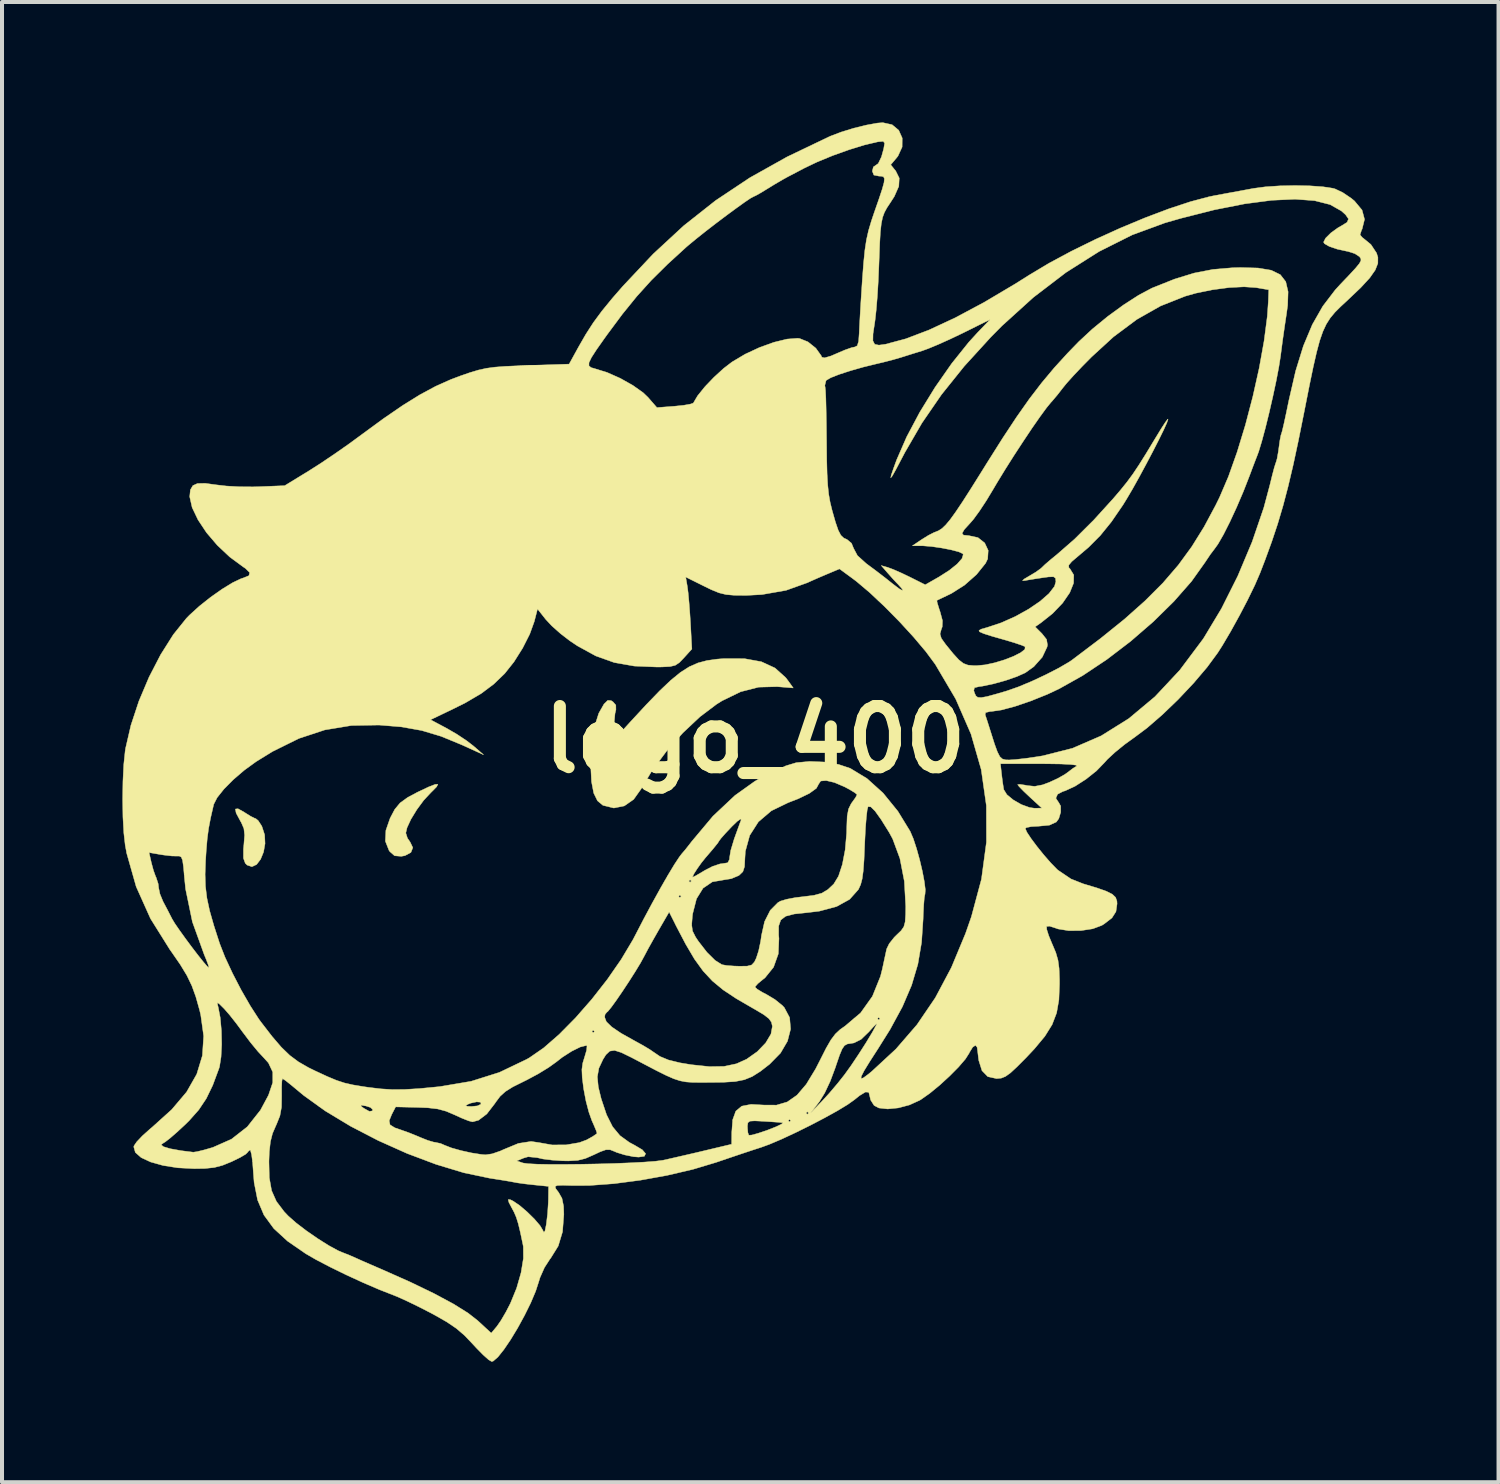
<source format=kicad_pcb>
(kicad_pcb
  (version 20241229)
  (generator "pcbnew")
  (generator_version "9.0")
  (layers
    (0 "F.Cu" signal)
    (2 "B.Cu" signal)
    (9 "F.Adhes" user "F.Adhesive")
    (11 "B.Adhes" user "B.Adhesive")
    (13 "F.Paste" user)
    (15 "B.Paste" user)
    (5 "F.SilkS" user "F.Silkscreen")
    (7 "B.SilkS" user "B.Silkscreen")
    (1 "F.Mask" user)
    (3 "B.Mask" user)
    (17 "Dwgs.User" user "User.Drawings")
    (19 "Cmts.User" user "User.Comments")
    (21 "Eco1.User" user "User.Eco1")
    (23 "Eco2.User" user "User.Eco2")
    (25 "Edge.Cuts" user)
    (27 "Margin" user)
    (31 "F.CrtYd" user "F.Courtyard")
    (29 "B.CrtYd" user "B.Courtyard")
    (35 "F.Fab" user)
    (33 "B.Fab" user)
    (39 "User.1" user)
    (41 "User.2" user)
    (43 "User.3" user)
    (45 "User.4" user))
  (footprint "logo_400"
    (layer "F.Cu")
    (at 15.758 15.371)
    (property "Reference" "logo_400" (at 0 0 0) (layer "F.SilkS") (effects (font (size 1.524 1.524) (thickness 0.3))))
    (attr through_hole)
    (fp_poly (pts (xy -12.726 1.809) (xy -12.723 1.812) (xy -12.57 1.908) (xy -12.461 1.963) (xy -12.439 1.968) (xy -12.377 2.019) (xy -12.295 2.144) (xy -12.282 2.17) (xy -12.216 2.373) (xy -12.206 2.592) (xy -12.243 2.802) (xy -12.317 2.983) (xy -12.416 3.113) (xy -12.532 3.168) (xy -12.653 3.127) (xy -12.699 3.081) (xy -12.744 2.956) (xy -12.744 2.731) (xy -12.733 2.615) (xy -12.715 2.381) (xy -12.733 2.217) (xy -12.796 2.071) (xy -12.822 2.026) (xy -12.926 1.832) (xy -12.945 1.731) (xy -12.879 1.724) (xy -12.726 1.809)) (stroke (width 0.01) (type solid)) (fill yes) (layer "F.SilkS"))
    (fp_poly (pts (xy -7.931 1.176) (xy -8.055 1.302) (xy -8.075 1.321) (xy -8.253 1.512) (xy -8.425 1.745) (xy -8.571 1.984) (xy -8.669 2.195) (xy -8.7 2.328) (xy -8.659 2.456) (xy -8.591 2.555) (xy -8.525 2.693) (xy -8.573 2.813) (xy -8.72 2.892) (xy -8.813 2.909) (xy -8.98 2.895) (xy -9.098 2.791) (xy -9.118 2.763) (xy -9.209 2.532) (xy -9.196 2.262) (xy -9.09 1.957) (xy -8.975 1.739) (xy -8.842 1.579) (xy -8.655 1.443) (xy -8.414 1.314) (xy -8.138 1.183) (xy -7.969 1.117) (xy -7.901 1.114) (xy -7.931 1.176)) (stroke (width 0.01) (type solid)) (fill yes) (layer "F.SilkS"))
    (fp_poly (pts (xy -0.266 -2.015) (xy 0.158 -1.938) (xy 0.498 -1.781) (xy 0.764 -1.541) (xy 0.822 -1.465) (xy 0.951 -1.285) (xy 0.55 -1.317) (xy 0.09 -1.305) (xy -0.36 -1.19) (xy -0.822 -0.965) (xy -0.954 -0.883) (xy -1.373 -0.567) (xy -1.802 -0.163) (xy -2.209 0.295) (xy -2.565 0.772) (xy -2.836 1.227) (xy -3.024 1.491) (xy -3.258 1.654) (xy -3.518 1.706) (xy -3.787 1.64) (xy -3.79 1.639) (xy -3.925 1.527) (xy -4.019 1.335) (xy -4.074 1.05) (xy -4.094 0.658) (xy -4.094 0.572) (xy -4.07 0.102) (xy -4.001 -0.316) (xy -3.893 -0.656) (xy -3.763 -0.884) (xy -3.669 -0.976) (xy -3.586 -0.97) (xy -3.54 -0.94) (xy -3.468 -0.858) (xy -3.466 -0.74) (xy -3.489 -0.647) (xy -3.513 -0.379) (xy -3.485 -0.266) (xy -3.42 -0.096) (xy -3.102 -0.445) (xy -2.707 -0.872) (xy -2.378 -1.212) (xy -2.101 -1.475) (xy -1.86 -1.672) (xy -1.639 -1.813) (xy -1.423 -1.908) (xy -1.197 -1.968) (xy -0.947 -2.003) (xy -0.782 -2.016) (xy -0.266 -2.015)) (stroke (width 0.01) (type solid)) (fill yes) (layer "F.SilkS"))
    (fp_poly (pts (xy 3.413 -15.315) (xy 3.578 -15.178) (xy 3.665 -14.983) (xy 3.663 -14.759) (xy 3.56 -14.535) (xy 3.531 -14.497) (xy 3.379 -14.317) (xy 3.504 -14.162) (xy 3.591 -13.986) (xy 3.58 -13.78) (xy 3.469 -13.528) (xy 3.37 -13.374) (xy 3.285 -13.246) (xy 3.222 -13.13) (xy 3.176 -13.006) (xy 3.144 -12.85) (xy 3.121 -12.641) (xy 3.105 -12.358) (xy 3.091 -11.978) (xy 3.084 -11.794) (xy 3.068 -11.411) (xy 3.045 -11.036) (xy 3.018 -10.705) (xy 2.99 -10.452) (xy 2.98 -10.381) (xy 2.938 -10.104) (xy 2.935 -9.932) (xy 2.981 -9.845) (xy 3.085 -9.824) (xy 3.25 -9.847) (xy 3.751 -9.981) (xy 4.333 -10.202) (xy 4.988 -10.507) (xy 5.708 -10.892) (xy 6.485 -11.353) (xy 6.826 -11.568) (xy 7.315 -11.861) (xy 7.873 -12.161) (xy 8.475 -12.457) (xy 9.097 -12.739) (xy 9.716 -12.997) (xy 10.307 -13.22) (xy 10.846 -13.398) (xy 11.31 -13.521) (xy 11.431 -13.546) (xy 11.753 -13.606) (xy 12.098 -13.669) (xy 12.393 -13.724) (xy 12.414 -13.728) (xy 12.714 -13.768) (xy 13.071 -13.792) (xy 13.452 -13.8) (xy 13.822 -13.792) (xy 14.146 -13.769) (xy 14.39 -13.732) (xy 14.447 -13.716) (xy 14.64 -13.624) (xy 14.85 -13.482) (xy 14.931 -13.415) (xy 15.119 -13.189) (xy 15.181 -12.958) (xy 15.121 -12.716) (xy 15.106 -12.687) (xy 15.069 -12.573) (xy 15.127 -12.503) (xy 15.139 -12.496) (xy 15.339 -12.332) (xy 15.48 -12.119) (xy 15.514 -12.012) (xy 15.513 -11.862) (xy 15.448 -11.695) (xy 15.309 -11.497) (xy 15.085 -11.254) (xy 14.767 -10.952) (xy 14.758 -10.943) (xy 14.585 -10.783) (xy 14.443 -10.641) (xy 14.326 -10.5) (xy 14.228 -10.346) (xy 14.143 -10.163) (xy 14.064 -9.936) (xy 13.987 -9.648) (xy 13.904 -9.285) (xy 13.81 -8.832) (xy 13.699 -8.271) (xy 13.677 -8.16) (xy 13.534 -7.447) (xy 13.403 -6.835) (xy 13.277 -6.302) (xy 13.151 -5.822) (xy 13.018 -5.373) (xy 12.87 -4.929) (xy 12.702 -4.468) (xy 12.576 -4.142) (xy 12.449 -3.848) (xy 12.272 -3.484) (xy 12.065 -3.088) (xy 11.848 -2.695) (xy 11.64 -2.342) (xy 11.523 -2.159) (xy 11.258 -1.799) (xy 10.921 -1.403) (xy 10.54 -0.999) (xy 10.144 -0.618) (xy 9.763 -0.288) (xy 9.466 -0.066) (xy 9.207 0.121) (xy 8.965 0.318) (xy 8.774 0.495) (xy 8.708 0.569) (xy 8.504 0.78) (xy 8.244 0.987) (xy 7.97 1.163) (xy 7.723 1.277) (xy 7.668 1.293) (xy 7.536 1.362) (xy 7.492 1.46) (xy 7.551 1.552) (xy 7.556 1.556) (xy 7.612 1.655) (xy 7.613 1.811) (xy 7.565 1.97) (xy 7.504 2.054) (xy 7.331 2.133) (xy 7.059 2.159) (xy 6.875 2.169) (xy 6.756 2.194) (xy 6.731 2.216) (xy 6.77 2.307) (xy 6.875 2.466) (xy 7.023 2.664) (xy 7.194 2.876) (xy 7.367 3.074) (xy 7.521 3.232) (xy 7.543 3.252) (xy 7.87 3.473) (xy 8.173 3.593) (xy 8.513 3.695) (xy 8.749 3.778) (xy 8.898 3.853) (xy 8.98 3.931) (xy 9.013 4.023) (xy 9.017 4.091) (xy 8.989 4.287) (xy 8.889 4.444) (xy 8.694 4.594) (xy 8.636 4.63) (xy 8.411 4.714) (xy 8.118 4.759) (xy 7.812 4.761) (xy 7.546 4.718) (xy 7.464 4.689) (xy 7.333 4.648) (xy 7.261 4.656) (xy 7.265 4.729) (xy 7.314 4.884) (xy 7.398 5.087) (xy 7.402 5.095) (xy 7.491 5.307) (xy 7.545 5.494) (xy 7.573 5.701) (xy 7.583 5.974) (xy 7.583 6.096) (xy 7.568 6.484) (xy 7.511 6.81) (xy 7.399 7.102) (xy 7.219 7.391) (xy 6.957 7.706) (xy 6.751 7.925) (xy 6.524 8.153) (xy 6.361 8.304) (xy 6.238 8.392) (xy 6.134 8.434) (xy 6.025 8.445) (xy 6.013 8.445) (xy 5.797 8.397) (xy 5.652 8.248) (xy 5.572 7.993) (xy 5.564 7.933) (xy 5.545 7.773) (xy 5.532 7.672) (xy 5.532 7.668) (xy 5.492 7.616) (xy 5.422 7.661) (xy 5.345 7.785) (xy 5.334 7.81) (xy 5.24 7.958) (xy 5.069 8.157) (xy 4.847 8.381) (xy 4.6 8.608) (xy 4.353 8.811) (xy 4.133 8.966) (xy 4.1 8.986) (xy 3.845 9.102) (xy 3.567 9.176) (xy 3.302 9.202) (xy 3.085 9.178) (xy 2.965 9.115) (xy 2.879 8.98) (xy 2.857 8.885) (xy 2.832 8.786) (xy 2.75 8.78) (xy 2.603 8.869) (xy 2.475 8.972) (xy 2.308 9.091) (xy 2.051 9.247) (xy 1.731 9.424) (xy 1.375 9.61) (xy 1.009 9.791) (xy 0.662 9.953) (xy 0.359 10.082) (xy 0.159 10.155) (xy -0.057 10.225) (xy -0.352 10.323) (xy -0.684 10.435) (xy -0.972 10.533) (xy -1.548 10.706) (xy -2.19 10.856) (xy -2.859 10.977) (xy -3.517 11.063) (xy -4.127 11.108) (xy -4.537 11.11) (xy -4.788 11.103) (xy -4.929 11.108) (xy -4.982 11.134) (xy -4.963 11.189) (xy -4.894 11.28) (xy -4.81 11.428) (xy -4.77 11.623) (xy -4.763 11.828) (xy -4.796 12.262) (xy -4.903 12.616) (xy -5.092 12.92) (xy -5.108 12.939) (xy -5.246 13.152) (xy -5.358 13.405) (xy -5.385 13.494) (xy -5.465 13.741) (xy -5.588 14.032) (xy -5.742 14.344) (xy -5.913 14.657) (xy -6.089 14.948) (xy -6.258 15.197) (xy -6.407 15.383) (xy -6.523 15.483) (xy -6.561 15.494) (xy -6.637 15.449) (xy -6.771 15.33) (xy -6.941 15.157) (xy -7.026 15.065) (xy -7.234 14.846) (xy -7.44 14.669) (xy -7.679 14.507) (xy -7.99 14.33) (xy -8.07 14.287) (xy -8.364 14.136) (xy -8.647 13.998) (xy -8.884 13.89) (xy -9.017 13.836) (xy -9.357 13.703) (xy -9.757 13.531) (xy -10.179 13.337) (xy -10.586 13.138) (xy -10.944 12.951) (xy -11.191 12.808) (xy -11.646 12.494) (xy -11.989 12.179) (xy -12.233 11.845) (xy -12.392 11.47) (xy -12.478 11.034) (xy -12.498 10.779) (xy -12.516 10.531) (xy -12.519 10.509) (xy -12.109 10.509) (xy -12.1 10.915) (xy -12.043 11.235) (xy -11.923 11.505) (xy -11.729 11.761) (xy -11.625 11.87) (xy -11.432 12.04) (xy -11.177 12.235) (xy -10.894 12.431) (xy -10.619 12.604) (xy -10.386 12.731) (xy -10.295 12.77) (xy -10.111 12.842) (xy -9.938 12.918) (xy -9.787 12.986) (xy -9.564 13.083) (xy -9.313 13.192) (xy -9.271 13.21) (xy -8.585 13.515) (xy -7.999 13.798) (xy -7.518 14.056) (xy -7.149 14.286) (xy -6.91 14.473) (xy -6.572 14.785) (xy -6.43 14.616) (xy -6.329 14.47) (xy -6.204 14.256) (xy -6.095 14.045) (xy -5.94 13.666) (xy -5.829 13.28) (xy -5.771 12.924) (xy -5.773 12.632) (xy -5.78 12.591) (xy -5.846 12.278) (xy -5.899 12.058) (xy -5.948 11.901) (xy -6.002 11.775) (xy -6.043 11.698) (xy -6.131 11.532) (xy -6.15 11.459) (xy -6.098 11.461) (xy -6.023 11.498) (xy -5.863 11.607) (xy -5.677 11.766) (xy -5.497 11.943) (xy -5.357 12.106) (xy -5.292 12.214) (xy -5.26 12.276) (xy -5.233 12.239) (xy -5.203 12.091) (xy -5.199 12.065) (xy -5.169 11.818) (xy -5.151 11.541) (xy -5.148 11.455) (xy -5.144 11.13) (xy -5.509 11.093) (xy -5.733 11.068) (xy -5.921 11.042) (xy -6.001 11.027) (xy -6.123 11.004) (xy -6.33 10.97) (xy -6.58 10.931) (xy -6.622 10.924) (xy -7.255 10.791) (xy -7.946 10.582) (xy -8.177 10.495) (xy -5.937 10.495) (xy -5.779 10.548) (xy -5.657 10.565) (xy -5.43 10.577) (xy -5.121 10.583) (xy -4.751 10.583) (xy -4.342 10.579) (xy -3.916 10.571) (xy -3.495 10.559) (xy -3.101 10.543) (xy -2.756 10.525) (xy -2.482 10.504) (xy -2.302 10.481) (xy -2.286 10.478) (xy -2.073 10.43) (xy -1.781 10.363) (xy -1.457 10.288) (xy -1.26 10.241) (xy -0.584 10.08) (xy -0.581 9.785) (xy -0.571 9.653) (xy -0.191 9.653) (xy -0.179 9.791) (xy -0.156 9.856) (xy -0.085 9.852) (xy 0.073 9.809) (xy 0.286 9.738) (xy 0.325 9.723) (xy 0.525 9.644) (xy 0.656 9.581) (xy 0.694 9.547) (xy 0.687 9.545) (xy 0.582 9.534) (xy 0.395 9.521) (xy 0.206 9.509) (xy -0.01 9.498) (xy -0.129 9.506) (xy -0.179 9.544) (xy -0.19 9.622) (xy -0.191 9.653) (xy -0.571 9.653) (xy -0.559 9.493) (xy 0.826 9.493) (xy 0.857 9.525) (xy 0.889 9.493) (xy 0.857 9.461) (xy 0.826 9.493) (xy -0.559 9.493) (xy -0.557 9.468) (xy -0.497 9.303) (xy 1.27 9.303) (xy 1.302 9.335) (xy 1.333 9.303) (xy 1.382 9.303) (xy 1.659 9.017) (xy 1.847 8.812) (xy 2.059 8.562) (xy 2.227 8.35) (xy 2.389 8.125) (xy 2.575 7.847) (xy 2.761 7.557) (xy 2.921 7.291) (xy 3.032 7.088) (xy 3.036 7.08) (xy 3.016 7.088) (xy 2.933 7.172) (xy 2.833 7.283) (xy 2.64 7.469) (xy 2.464 7.557) (xy 2.396 7.568) (xy 2.299 7.583) (xy 2.228 7.622) (xy 2.169 7.707) (xy 2.104 7.862) (xy 2.019 8.111) (xy 2 8.17) (xy 1.875 8.504) (xy 1.735 8.803) (xy 1.6 9.022) (xy 1.596 9.027) (xy 1.382 9.303) (xy 1.333 9.303) (xy 1.302 9.271) (xy 1.27 9.303) (xy -0.497 9.303) (xy -0.479 9.255) (xy -0.332 9.132) (xy -0.1 9.087) (xy 0.23 9.105) (xy 0.534 9.106) (xy 0.802 9.027) (xy 1.045 8.857) (xy 1.276 8.586) (xy 1.508 8.204) (xy 1.62 7.985) (xy 1.77 7.688) (xy 1.89 7.48) (xy 2 7.334) (xy 2.12 7.222) (xy 2.243 7.136) (xy 2.458 6.953) (xy 3.048 6.953) (xy 3.08 6.985) (xy 3.111 6.953) (xy 3.08 6.921) (xy 3.048 6.953) (xy 2.458 6.953) (xy 2.628 6.81) (xy 2.923 6.396) (xy 3.124 5.898) (xy 3.17 5.715) (xy 3.218 5.491) (xy 3.26 5.297) (xy 3.277 5.217) (xy 3.341 5.085) (xy 3.467 4.926) (xy 3.528 4.866) (xy 3.639 4.759) (xy 3.705 4.664) (xy 3.738 4.543) (xy 3.75 4.36) (xy 3.753 4.157) (xy 3.718 3.531) (xy 3.608 2.963) (xy 3.428 2.476) (xy 3.341 2.315) (xy 3.141 1.994) (xy 2.99 1.783) (xy 2.883 1.677) (xy 2.816 1.671) (xy 2.814 1.673) (xy 2.793 1.752) (xy 2.772 1.934) (xy 2.751 2.194) (xy 2.735 2.508) (xy 2.73 2.624) (xy 2.714 3.002) (xy 2.694 3.276) (xy 2.667 3.472) (xy 2.63 3.613) (xy 2.579 3.725) (xy 2.571 3.739) (xy 2.355 3.981) (xy 2.03 4.16) (xy 1.6 4.275) (xy 1.294 4.312) (xy 0.974 4.346) (xy 0.763 4.401) (xy 0.64 4.495) (xy 0.588 4.645) (xy 0.587 4.868) (xy 0.595 4.955) (xy 0.579 5.338) (xy 0.461 5.67) (xy 0.249 5.933) (xy 0.196 5.975) (xy 0.07 6.079) (xy 0.003 6.155) (xy 0 6.166) (xy 0.052 6.217) (xy 0.185 6.298) (xy 0.284 6.349) (xy 0.493 6.474) (xy 0.679 6.624) (xy 0.729 6.677) (xy 0.861 6.926) (xy 0.885 7.212) (xy 0.808 7.513) (xy 0.634 7.81) (xy 0.368 8.081) (xy 0.367 8.083) (xy 0.13 8.267) (xy -0.071 8.394) (xy -0.268 8.474) (xy -0.496 8.519) (xy -0.789 8.537) (xy -1.115 8.541) (xy -1.367 8.542) (xy -1.562 8.54) (xy -1.723 8.528) (xy -1.87 8.5) (xy -2.026 8.449) (xy -2.213 8.367) (xy -2.452 8.248) (xy -2.766 8.084) (xy -3.08 7.919) (xy -3.33 7.797) (xy -3.5 7.743) (xy -3.619 7.761) (xy -3.715 7.851) (xy -3.789 7.969) (xy -3.891 8.187) (xy -3.929 8.402) (xy -3.905 8.653) (xy -3.834 8.944) (xy -3.7 9.344) (xy -3.55 9.643) (xy -3.366 9.865) (xy -3.13 10.036) (xy -3.006 10.102) (xy -2.809 10.218) (xy -2.726 10.315) (xy -2.757 10.38) (xy -2.9 10.401) (xy -3.026 10.391) (xy -3.249 10.346) (xy -3.449 10.284) (xy -3.497 10.262) (xy -3.609 10.218) (xy -3.714 10.217) (xy -3.855 10.267) (xy -4.012 10.341) (xy -4.226 10.435) (xy -4.42 10.483) (xy -4.652 10.496) (xy -4.806 10.493) (xy -5.059 10.476) (xy -5.282 10.448) (xy -5.426 10.415) (xy -5.652 10.392) (xy -5.763 10.424) (xy -5.937 10.495) (xy -8.177 10.495) (xy -8.667 10.311) (xy -9.386 9.989) (xy -10.075 9.632) (xy -10.302 9.495) (xy -9.114 9.495) (xy -9.093 9.596) (xy -8.973 9.671) (xy -8.841 9.716) (xy -8.627 9.792) (xy -8.389 9.888) (xy -8.335 9.912) (xy -8.151 9.985) (xy -8.004 10.028) (xy -7.966 10.033) (xy -7.833 10.062) (xy -7.727 10.108) (xy -7.565 10.171) (xy -7.327 10.238) (xy -7.061 10.297) (xy -6.818 10.335) (xy -6.713 10.344) (xy -6.547 10.319) (xy -6.342 10.248) (xy -6.268 10.214) (xy -5.896 10.06) (xy -5.58 10.011) (xy -5.377 10.041) (xy -5.056 10.098) (xy -4.705 10.096) (xy -4.378 10.04) (xy -4.195 9.972) (xy -4.041 9.886) (xy -3.949 9.822) (xy -3.937 9.806) (xy -3.961 9.733) (xy -4.023 9.586) (xy -4.067 9.487) (xy -4.14 9.281) (xy -4.212 9.006) (xy -4.267 8.717) (xy -4.271 8.692) (xy -4.306 8.415) (xy -4.314 8.218) (xy -4.292 8.058) (xy -4.244 7.901) (xy -4.196 7.737) (xy -4.187 7.636) (xy -4.201 7.62) (xy -4.356 7.659) (xy -4.568 7.764) (xy -4.802 7.914) (xy -4.949 8.029) (xy -5.141 8.167) (xy -5.402 8.327) (xy -5.684 8.478) (xy -5.761 8.516) (xy -6.033 8.651) (xy -6.218 8.767) (xy -6.351 8.887) (xy -6.464 9.038) (xy -6.481 9.065) (xy -6.683 9.327) (xy -6.887 9.482) (xy -7.037 9.523) (xy -7.135 9.498) (xy -7.306 9.43) (xy -7.481 9.35) (xy -7.697 9.258) (xy -7.903 9.202) (xy -8.148 9.173) (xy -8.398 9.163) (xy -8.953 9.15) (xy -9.051 9.339) (xy -9.114 9.495) (xy -10.302 9.495) (xy -10.705 9.252) (xy -10.875 9.13) (xy -9.817 9.13) (xy -9.75 9.182) (xy -9.608 9.262) (xy -9.533 9.25) (xy -9.525 9.215) (xy -9.58 9.164) (xy -9.698 9.126) (xy -9.75 9.118) (xy -7.211 9.118) (xy -7.173 9.135) (xy -7.068 9.14) (xy -6.916 9.125) (xy -6.827 9.082) (xy -6.826 9.081) (xy -6.839 9.033) (xy -6.936 9.025) (xy -7.079 9.056) (xy -7.144 9.081) (xy -7.211 9.118) (xy -9.75 9.118) (xy -9.814 9.108) (xy -9.817 9.13) (xy -10.875 9.13) (xy -11.246 8.863) (xy -11.377 8.754) (xy -11.555 8.606) (xy -11.693 8.496) (xy -11.767 8.447) (xy -11.771 8.445) (xy -11.786 8.503) (xy -11.793 8.656) (xy -11.792 8.869) (xy -11.792 8.874) (xy -11.796 9.155) (xy -11.836 9.374) (xy -11.924 9.593) (xy -11.937 9.62) (xy -12.021 9.815) (xy -12.072 10.016) (xy -12.1 10.266) (xy -12.109 10.509) (xy -12.519 10.509) (xy -12.541 10.34) (xy -12.569 10.235) (xy -12.581 10.223) (xy -12.636 10.27) (xy -12.636 10.278) (xy -12.69 10.33) (xy -12.831 10.413) (xy -13.028 10.509) (xy -13.033 10.512) (xy -13.264 10.606) (xy -13.47 10.66) (xy -13.704 10.685) (xy -13.97 10.689) (xy -14.378 10.668) (xy -14.746 10.61) (xy -15.056 10.523) (xy -15.292 10.413) (xy -15.437 10.285) (xy -15.476 10.147) (xy -15.469 10.119) (xy -15.451 10.092) (xy -14.795 10.092) (xy -14.738 10.141) (xy -14.569 10.192) (xy -14.296 10.241) (xy -13.993 10.279) (xy -13.898 10.265) (xy -13.722 10.222) (xy -13.505 10.159) (xy -13.042 9.954) (xy -12.648 9.646) (xy -12.32 9.231) (xy -12.12 8.858) (xy -12.014 8.544) (xy -12.014 8.283) (xy -12.122 8.054) (xy -12.23 7.934) (xy -12.382 7.771) (xy -12.566 7.548) (xy -12.743 7.313) (xy -12.751 7.303) (xy -12.919 7.075) (xy -13.087 6.862) (xy -13.221 6.708) (xy -13.23 6.699) (xy -13.346 6.584) (xy -13.392 6.555) (xy -13.388 6.609) (xy -13.372 6.668) (xy -13.322 6.93) (xy -13.293 7.253) (xy -13.286 7.593) (xy -13.302 7.906) (xy -13.34 8.149) (xy -13.353 8.192) (xy -13.509 8.612) (xy -13.67 8.944) (xy -13.858 9.225) (xy -14.096 9.493) (xy -14.199 9.594) (xy -14.4 9.78) (xy -14.574 9.931) (xy -14.697 10.026) (xy -14.732 10.046) (xy -14.795 10.092) (xy -15.451 10.092) (xy -15.402 10.02) (xy -15.262 9.872) (xy -15.074 9.703) (xy -15.023 9.661) (xy -14.531 9.217) (xy -14.16 8.779) (xy -13.907 8.334) (xy -13.767 7.873) (xy -13.735 7.385) (xy -13.808 6.859) (xy -13.837 6.738) (xy -13.93 6.407) (xy -14.029 6.134) (xy -14.151 5.88) (xy -14.315 5.609) (xy -14.54 5.283) (xy -14.578 5.23) (xy -15.059 4.461) (xy -15.416 3.665) (xy -15.65 2.841) (xy -15.655 2.815) (xy -15.095 2.815) (xy -15.038 3.067) (xy -14.986 3.259) (xy -14.931 3.412) (xy -14.92 3.433) (xy -14.868 3.592) (xy -14.856 3.695) (xy -14.824 3.847) (xy -14.748 4.032) (xy -14.731 4.064) (xy -14.626 4.263) (xy -14.53 4.451) (xy -14.522 4.467) (xy -14.456 4.577) (xy -14.34 4.746) (xy -14.193 4.951) (xy -14.032 5.168) (xy -13.875 5.373) (xy -13.739 5.543) (xy -13.642 5.655) (xy -13.603 5.686) (xy -13.617 5.624) (xy -13.67 5.482) (xy -13.721 5.359) (xy -14.016 4.541) (xy -14.185 3.725) (xy -14.215 3.429) (xy -14.221 3.357) (xy -13.699 3.357) (xy -13.69 3.657) (xy -13.654 3.95) (xy -13.586 4.266) (xy -13.48 4.637) (xy -13.337 5.08) (xy -13.204 5.42) (xy -13.017 5.821) (xy -12.8 6.24) (xy -12.572 6.636) (xy -12.358 6.968) (xy -12.304 7.041) (xy -12.031 7.395) (xy -11.8 7.664) (xy -11.589 7.868) (xy -11.371 8.03) (xy -11.124 8.172) (xy -10.954 8.255) (xy -10.654 8.394) (xy -10.426 8.489) (xy -10.228 8.554) (xy -10.018 8.602) (xy -9.753 8.646) (xy -9.62 8.665) (xy -9.319 8.701) (xy -9.032 8.719) (xy -8.724 8.716) (xy -8.363 8.694) (xy -7.916 8.651) (xy -7.842 8.643) (xy -7.073 8.513) (xy -6.367 8.29) (xy -5.688 7.965) (xy -5.62 7.926) (xy -5.266 7.681) (xy -4.877 7.342) (xy -4.807 7.271) (xy -4.064 7.271) (xy -4.032 7.303) (xy -4 7.271) (xy -4.032 7.239) (xy -4.064 7.271) (xy -4.807 7.271) (xy -4.471 6.931) (xy -4.459 6.917) (xy -3.747 6.917) (xy -3.704 7.028) (xy -3.571 7.158) (xy -3.338 7.316) (xy -2.998 7.506) (xy -2.793 7.619) (xy -2.624 7.72) (xy -2.54 7.778) (xy -2.369 7.894) (xy -2.157 7.982) (xy -1.873 8.052) (xy -1.59 8.099) (xy -1.135 8.147) (xy -0.769 8.141) (xy -0.464 8.076) (xy -0.211 7.962) (xy 0.055 7.774) (xy 0.264 7.557) (xy 0.396 7.335) (xy 0.431 7.144) (xy 0.408 7.041) (xy 0.345 6.952) (xy 0.219 6.854) (xy 0.008 6.728) (xy -0.064 6.687) (xy -0.469 6.452) (xy -0.796 6.235) (xy -1.064 6.013) (xy -1.295 5.765) (xy -1.509 5.469) (xy -1.726 5.101) (xy -1.967 4.641) (xy -1.979 4.616) (xy -1.579 4.616) (xy -1.558 4.769) (xy -1.482 4.92) (xy -1.412 5.025) (xy -1.199 5.299) (xy -0.995 5.501) (xy -0.826 5.607) (xy -0.71 5.628) (xy -0.52 5.642) (xy -0.396 5.646) (xy -0.198 5.644) (xy -0.086 5.616) (xy -0.017 5.542) (xy 0.03 5.445) (xy 0.089 5.262) (xy 0.14 5.02) (xy 0.16 4.877) (xy 0.237 4.534) (xy 0.379 4.253) (xy 0.571 4.06) (xy 0.637 4.023) (xy 0.785 3.979) (xy 1.004 3.937) (xy 1.19 3.915) (xy 1.469 3.88) (xy 1.662 3.827) (xy 1.813 3.737) (xy 1.96 3.598) (xy 2.078 3.404) (xy 2.174 3.112) (xy 2.244 2.748) (xy 2.28 2.34) (xy 2.284 2.183) (xy 2.294 1.912) (xy 2.328 1.73) (xy 2.393 1.598) (xy 2.413 1.57) (xy 2.501 1.448) (xy 2.54 1.374) (xy 2.54 1.372) (xy 2.488 1.326) (xy 2.355 1.245) (xy 2.225 1.176) (xy 1.976 1.07) (xy 1.773 1.022) (xy 1.636 1.033) (xy 1.587 1.104) (xy 1.527 1.215) (xy 1.351 1.342) (xy 1.071 1.477) (xy 0.827 1.571) (xy 0.406 1.775) (xy 0.083 2.05) (xy -0.134 2.389) (xy -0.242 2.783) (xy -0.253 2.961) (xy -0.263 3.168) (xy -0.304 3.292) (xy -0.392 3.377) (xy -0.411 3.39) (xy -0.593 3.466) (xy -0.763 3.493) (xy -1.064 3.545) (xy -1.296 3.703) (xy -1.459 3.967) (xy -1.554 4.338) (xy -1.562 4.401) (xy -1.579 4.616) (xy -1.979 4.616) (xy -1.999 4.576) (xy -2.14 4.295) (xy -2.395 4.735) (xy -2.534 4.979) (xy -2.663 5.21) (xy -2.755 5.384) (xy -2.762 5.397) (xy -2.853 5.564) (xy -2.984 5.78) (xy -3.138 6.022) (xy -3.299 6.266) (xy -3.451 6.488) (xy -3.579 6.665) (xy -3.667 6.773) (xy -3.695 6.795) (xy -3.737 6.848) (xy -3.747 6.917) (xy -4.459 6.917) (xy -4.067 6.469) (xy -3.681 5.976) (xy -3.334 5.476) (xy -3.043 4.988) (xy -2.975 4.858) (xy -2.773 4.468) (xy -2.564 4.078) (xy -2.468 3.905) (xy -1.905 3.905) (xy -1.873 3.937) (xy -1.841 3.905) (xy -1.873 3.873) (xy -1.905 3.905) (xy -2.468 3.905) (xy -2.36 3.709) (xy -2.254 3.524) (xy -1.651 3.524) (xy -1.619 3.556) (xy -1.587 3.524) (xy -1.619 3.493) (xy -1.651 3.524) (xy -2.254 3.524) (xy -2.194 3.421) (xy -1.559 3.421) (xy -1.556 3.429) (xy -1.487 3.398) (xy -1.349 3.318) (xy -1.253 3.26) (xy -1.058 3.159) (xy -0.874 3.098) (xy -0.81 3.09) (xy -0.68 3.069) (xy -0.637 2.983) (xy -0.635 2.941) (xy -0.606 2.762) (xy -0.519 2.472) (xy -0.374 2.073) (xy -0.346 2) (xy -0.36 1.978) (xy -0.443 2.036) (xy -0.576 2.164) (xy -0.593 2.182) (xy -0.742 2.34) (xy -0.848 2.46) (xy -0.889 2.514) (xy -0.889 2.514) (xy -0.932 2.582) (xy -1.056 2.735) (xy -1.238 2.947) (xy -1.339 3.073) (xy -1.442 3.218) (xy -1.523 3.345) (xy -1.559 3.421) (xy -2.194 3.421) (xy -2.171 3.38) (xy -2.009 3.111) (xy -1.884 2.922) (xy -1.825 2.845) (xy -1.738 2.744) (xy -1.618 2.591) (xy -1.579 2.54) (xy -1.048 1.907) (xy -0.501 1.393) (xy -0.014 1.045) (xy 0.202 0.916) (xy 0.378 0.818) (xy 0.484 0.766) (xy 0.5 0.762) (xy 0.586 0.736) (xy 0.733 0.671) (xy 0.768 0.654) (xy 1.026 0.576) (xy 1.359 0.545) (xy 1.725 0.56) (xy 2.08 0.62) (xy 2.37 0.717) (xy 2.787 0.97) (xy 3.188 1.332) (xy 3.557 1.786) (xy 3.863 2.286) (xy 3.941 2.468) (xy 4.022 2.715) (xy 4.1 2.996) (xy 4.167 3.281) (xy 4.216 3.539) (xy 4.241 3.741) (xy 4.233 3.856) (xy 4.23 3.861) (xy 4.215 3.944) (xy 4.201 4.121) (xy 4.189 4.36) (xy 4.186 4.471) (xy 4.147 5.055) (xy 4.055 5.597) (xy 3.899 6.121) (xy 3.671 6.654) (xy 3.362 7.223) (xy 3.068 7.693) (xy 2.857 8.02) (xy 2.716 8.25) (xy 2.645 8.39) (xy 2.64 8.446) (xy 2.7 8.426) (xy 2.823 8.335) (xy 2.906 8.267) (xy 3.509 7.709) (xy 4.033 7.103) (xy 4.489 6.433) (xy 4.889 5.68) (xy 5.243 4.829) (xy 5.388 4.413) (xy 5.639 3.478) (xy 5.763 2.556) (xy 5.761 1.646) (xy 5.633 0.748) (xy 5.591 0.603) (xy 6.112 0.603) (xy 6.14 0.857) (xy 6.165 1.058) (xy 6.191 1.226) (xy 6.195 1.247) (xy 6.272 1.372) (xy 6.432 1.504) (xy 6.635 1.62) (xy 6.84 1.694) (xy 6.953 1.71) (xy 7.144 1.709) (xy 6.842 1.432) (xy 6.687 1.285) (xy 6.578 1.173) (xy 6.54 1.123) (xy 6.595 1.116) (xy 6.73 1.136) (xy 6.776 1.146) (xy 6.965 1.166) (xy 7.163 1.128) (xy 7.331 1.065) (xy 7.539 0.969) (xy 7.714 0.87) (xy 7.779 0.824) (xy 7.919 0.717) (xy 8.012 0.66) (xy 7.995 0.638) (xy 7.861 0.621) (xy 7.617 0.609) (xy 7.274 0.604) (xy 7.115 0.603) (xy 6.112 0.603) (xy 5.591 0.603) (xy 5.378 -0.138) (xy 4.997 -1.011) (xy 4.489 -1.873) (xy 4.489 -1.873) (xy 4.256 -2.188) (xy 3.949 -2.552) (xy 3.596 -2.937) (xy 3.223 -3.315) (xy 3.064 -3.464) (xy 4.527 -3.464) (xy 4.538 -3.405) (xy 4.581 -3.265) (xy 4.611 -3.175) (xy 4.668 -2.962) (xy 4.662 -2.808) (xy 4.638 -2.743) (xy 4.607 -2.63) (xy 4.64 -2.52) (xy 4.745 -2.373) (xy 4.937 -2.137) (xy 5.077 -1.984) (xy 5.19 -1.896) (xy 5.303 -1.854) (xy 5.441 -1.842) (xy 5.519 -1.841) (xy 5.731 -1.861) (xy 5.972 -1.913) (xy 6.218 -1.988) (xy 6.441 -2.075) (xy 6.617 -2.165) (xy 6.721 -2.247) (xy 6.726 -2.312) (xy 6.726 -2.313) (xy 6.651 -2.346) (xy 6.486 -2.402) (xy 6.264 -2.47) (xy 6.218 -2.483) (xy 5.902 -2.573) (xy 5.697 -2.638) (xy 5.592 -2.683) (xy 5.577 -2.718) (xy 5.638 -2.751) (xy 5.767 -2.788) (xy 5.779 -2.791) (xy 6.133 -2.909) (xy 6.485 -3.066) (xy 6.814 -3.249) (xy 7.099 -3.443) (xy 7.321 -3.637) (xy 7.458 -3.815) (xy 7.493 -3.934) (xy 7.483 -4.02) (xy 7.433 -4.055) (xy 7.309 -4.051) (xy 7.191 -4.035) (xy 6.973 -4.002) (xy 6.783 -3.971) (xy 6.731 -3.961) (xy 6.662 -3.957) (xy 6.699 -3.996) (xy 6.826 -4.071) (xy 6.995 -4.172) (xy 7.118 -4.261) (xy 7.144 -4.285) (xy 7.225 -4.363) (xy 7.372 -4.489) (xy 7.519 -4.609) (xy 7.957 -4.991) (xy 8.44 -5.472) (xy 8.919 -5.999) (xy 9.106 -6.218) (xy 9.264 -6.414) (xy 9.41 -6.612) (xy 9.562 -6.84) (xy 9.74 -7.124) (xy 9.961 -7.489) (xy 9.983 -7.525) (xy 10.113 -7.738) (xy 10.216 -7.897) (xy 10.277 -7.978) (xy 10.287 -7.982) (xy 10.258 -7.891) (xy 10.177 -7.712) (xy 10.056 -7.465) (xy 9.907 -7.174) (xy 9.741 -6.859) (xy 9.57 -6.542) (xy 9.405 -6.246) (xy 9.256 -5.993) (xy 9.163 -5.842) (xy 8.875 -5.422) (xy 8.601 -5.084) (xy 8.308 -4.789) (xy 8.051 -4.571) (xy 7.887 -4.432) (xy 7.814 -4.344) (xy 7.815 -4.284) (xy 7.844 -4.253) (xy 7.938 -4.1) (xy 7.934 -3.896) (xy 7.838 -3.658) (xy 7.661 -3.4) (xy 7.411 -3.139) (xy 7.124 -2.911) (xy 6.977 -2.808) (xy 7.146 -2.639) (xy 7.261 -2.494) (xy 7.283 -2.358) (xy 7.273 -2.304) (xy 7.154 -2.052) (xy 6.943 -1.815) (xy 6.731 -1.663) (xy 6.522 -1.569) (xy 6.239 -1.471) (xy 5.933 -1.386) (xy 5.658 -1.329) (xy 5.58 -1.319) (xy 5.464 -1.291) (xy 5.448 -1.219) (xy 5.468 -1.157) (xy 5.499 -1.089) (xy 5.547 -1.051) (xy 5.633 -1.045) (xy 5.778 -1.071) (xy 6.004 -1.133) (xy 6.276 -1.213) (xy 6.559 -1.312) (xy 6.894 -1.452) (xy 7.242 -1.615) (xy 7.565 -1.781) (xy 7.824 -1.932) (xy 7.905 -1.988) (xy 8.603 -2.516) (xy 9.203 -3) (xy 9.716 -3.457) (xy 10.158 -3.899) (xy 10.541 -4.344) (xy 10.878 -4.805) (xy 11.184 -5.297) (xy 11.472 -5.835) (xy 11.569 -6.032) (xy 11.791 -6.551) (xy 12.008 -7.163) (xy 12.214 -7.838) (xy 12.399 -8.545) (xy 12.557 -9.252) (xy 12.679 -9.929) (xy 12.759 -10.544) (xy 12.785 -10.92) (xy 12.795 -11.203) (xy 12.479 -11.257) (xy 12.181 -11.277) (xy 11.806 -11.258) (xy 11.392 -11.203) (xy 10.982 -11.119) (xy 10.714 -11.043) (xy 10.099 -10.799) (xy 9.51 -10.465) (xy 8.928 -10.031) (xy 8.38 -9.529) (xy 8.148 -9.294) (xy 7.934 -9.068) (xy 7.764 -8.879) (xy 7.669 -8.763) (xy 7.53 -8.584) (xy 7.394 -8.423) (xy 7.369 -8.397) (xy 7.258 -8.261) (xy 7.095 -8.038) (xy 6.895 -7.751) (xy 6.675 -7.421) (xy 6.447 -7.072) (xy 6.227 -6.724) (xy 6.029 -6.4) (xy 5.93 -6.232) (xy 5.763 -5.955) (xy 5.592 -5.695) (xy 5.441 -5.488) (xy 5.361 -5.395) (xy 5.212 -5.232) (xy 5.156 -5.137) (xy 5.191 -5.092) (xy 5.313 -5.08) (xy 5.32 -5.08) (xy 5.552 -5.03) (xy 5.72 -4.897) (xy 5.807 -4.711) (xy 5.794 -4.5) (xy 5.742 -4.391) (xy 5.516 -4.11) (xy 5.216 -3.845) (xy 4.891 -3.639) (xy 4.854 -3.621) (xy 4.679 -3.537) (xy 4.559 -3.48) (xy 4.527 -3.464) (xy 3.064 -3.464) (xy 2.858 -3.658) (xy 2.528 -3.937) (xy 2.426 -4.014) (xy 2.103 -4.251) (xy 1.798 -4.123) (xy 1.577 -4.029) (xy 1.371 -3.938) (xy 1.302 -3.906) (xy 0.771 -3.716) (xy 0.171 -3.611) (xy -0.226 -3.59) (xy -0.514 -3.593) (xy -0.722 -3.611) (xy -0.9 -3.655) (xy -1.095 -3.735) (xy -1.265 -3.818) (xy -1.728 -4.048) (xy -1.688 -3.818) (xy -1.667 -3.656) (xy -1.644 -3.407) (xy -1.622 -3.111) (xy -1.61 -2.921) (xy -1.574 -2.254) (xy -1.775 -2.032) (xy -1.887 -1.916) (xy -1.988 -1.849) (xy -2.118 -1.818) (xy -2.318 -1.808) (xy -2.433 -1.806) (xy -3.009 -1.83) (xy -3.508 -1.918) (xy -3.967 -2.082) (xy -4.425 -2.333) (xy -4.616 -2.461) (xy -4.846 -2.638) (xy -5.064 -2.832) (xy -5.215 -2.994) (xy -5.419 -3.253) (xy -5.5 -2.938) (xy -5.612 -2.628) (xy -5.789 -2.278) (xy -6.005 -1.935) (xy -6.233 -1.648) (xy -6.235 -1.645) (xy -6.51 -1.38) (xy -6.825 -1.144) (xy -7.212 -0.917) (xy -7.518 -0.764) (xy -8.083 -0.493) (xy -7.677 -0.277) (xy -7.426 -0.131) (xy -7.181 0.032) (xy -7.017 0.159) (xy -6.763 0.379) (xy -7.303 0.133) (xy -7.82 -0.08) (xy -8.304 -0.225) (xy -8.808 -0.315) (xy -9.366 -0.361) (xy -10.057 -0.349) (xy -10.716 -0.24) (xy -11.362 -0.027) (xy -12.016 0.296) (xy -12.43 0.551) (xy -12.723 0.764) (xy -12.997 0.999) (xy -13.23 1.234) (xy -13.4 1.448) (xy -13.486 1.617) (xy -13.486 1.621) (xy -13.561 1.948) (xy -13.612 2.214) (xy -13.646 2.469) (xy -13.671 2.765) (xy -13.687 3.016) (xy -13.699 3.357) (xy -14.221 3.357) (xy -14.238 3.167) (xy -14.261 3.007) (xy -14.294 2.927) (xy -14.344 2.902) (xy -14.383 2.903) (xy -14.522 2.901) (xy -14.721 2.878) (xy -14.802 2.866) (xy -15.095 2.815) (xy -15.655 2.815) (xy -15.689 2.635) (xy -15.724 2.326) (xy -15.746 1.93) (xy -15.753 1.488) (xy -15.746 1.041) (xy -15.726 0.628) (xy -15.691 0.29) (xy -15.681 0.222) (xy -15.547 -0.356) (xy -15.348 -0.958) (xy -15.096 -1.554) (xy -14.806 -2.115) (xy -14.491 -2.614) (xy -14.165 -3.02) (xy -14.088 -3.099) (xy -13.843 -3.322) (xy -13.562 -3.545) (xy -13.275 -3.747) (xy -13.012 -3.908) (xy -12.802 -4.008) (xy -12.748 -4.025) (xy -12.607 -4.082) (xy -12.589 -4.159) (xy -12.694 -4.263) (xy -12.748 -4.299) (xy -13.086 -4.548) (xy -13.396 -4.84) (xy -13.665 -5.155) (xy -13.877 -5.475) (xy -14.022 -5.779) (xy -14.083 -6.048) (xy -14.066 -6.22) (xy -14.004 -6.326) (xy -13.889 -6.378) (xy -13.697 -6.382) (xy -13.42 -6.344) (xy -13.17 -6.315) (xy -12.847 -6.297) (xy -12.507 -6.294) (xy -12.363 -6.298) (xy -11.716 -6.324) (xy -11.113 -6.693) (xy -10.815 -6.883) (xy -10.464 -7.12) (xy -10.104 -7.372) (xy -9.811 -7.587) (xy -9.257 -7.993) (xy -8.776 -8.323) (xy -8.349 -8.588) (xy -7.957 -8.799) (xy -7.581 -8.967) (xy -7.348 -9.055) (xy -7.097 -9.142) (xy -6.889 -9.204) (xy -6.695 -9.247) (xy -6.483 -9.276) (xy -6.221 -9.296) (xy -5.898 -9.31) (xy -4.138 -9.31) (xy -4.085 -9.265) (xy -3.981 -9.236) (xy -3.981 -9.235) (xy -3.684 -9.143) (xy -3.358 -8.998) (xy -3.046 -8.823) (xy -2.788 -8.64) (xy -2.667 -8.524) (xy -2.445 -8.269) (xy -2 -8.303) (xy -1.778 -8.326) (xy -1.613 -8.355) (xy -1.538 -8.382) (xy -1.537 -8.384) (xy -1.432 -8.562) (xy -1.253 -8.784) (xy -1.221 -8.818) (xy 1.737 -8.818) (xy 1.745 -8.779) (xy 1.754 -8.694) (xy 1.763 -8.502) (xy 1.77 -8.225) (xy 1.776 -7.884) (xy 1.78 -7.498) (xy 1.781 -7.446) (xy 1.785 -6.982) (xy 1.794 -6.621) (xy 1.81 -6.339) (xy 1.834 -6.11) (xy 1.869 -5.912) (xy 1.916 -5.719) (xy 1.917 -5.715) (xy 2.003 -5.413) (xy 2.072 -5.212) (xy 2.137 -5.088) (xy 2.21 -5.019) (xy 2.289 -4.984) (xy 2.402 -4.89) (xy 2.454 -4.763) (xy 2.55 -4.582) (xy 2.767 -4.386) (xy 2.785 -4.372) (xy 2.997 -4.215) (xy 3.246 -4.024) (xy 3.429 -3.878) (xy 3.594 -3.753) (xy 3.675 -3.711) (xy 3.666 -3.749) (xy 3.563 -3.865) (xy 3.524 -3.905) (xy 3.441 -3.993) (xy 3.322 -4.128) (xy 3.301 -4.151) (xy 3.143 -4.334) (xy 3.302 -4.289) (xy 3.44 -4.238) (xy 3.645 -4.148) (xy 3.85 -4.05) (xy 4.239 -3.855) (xy 4.582 -4.051) (xy 4.837 -4.214) (xy 5.034 -4.372) (xy 5.155 -4.509) (xy 5.185 -4.608) (xy 5.171 -4.631) (xy 5.073 -4.676) (xy 4.887 -4.725) (xy 4.652 -4.771) (xy 4.406 -4.807) (xy 4.189 -4.825) (xy 4.139 -4.826) (xy 3.919 -4.826) (xy 4.144 -4.978) (xy 4.314 -5.084) (xy 4.459 -5.158) (xy 4.487 -5.168) (xy 4.572 -5.203) (xy 4.657 -5.258) (xy 4.75 -5.347) (xy 4.861 -5.48) (xy 4.998 -5.67) (xy 5.171 -5.928) (xy 5.388 -6.267) (xy 5.658 -6.698) (xy 5.777 -6.89) (xy 6.166 -7.506) (xy 6.512 -8.03) (xy 6.831 -8.483) (xy 7.139 -8.885) (xy 7.451 -9.258) (xy 7.783 -9.622) (xy 8.063 -9.911) (xy 8.4 -10.224) (xy 8.782 -10.537) (xy 9.178 -10.826) (xy 9.555 -11.069) (xy 9.882 -11.243) (xy 9.906 -11.253) (xy 10.451 -11.47) (xy 10.936 -11.619) (xy 11.404 -11.71) (xy 11.896 -11.752) (xy 12.089 -11.757) (xy 12.528 -11.745) (xy 12.856 -11.69) (xy 13.083 -11.58) (xy 13.219 -11.405) (xy 13.277 -11.154) (xy 13.266 -10.816) (xy 13.237 -10.604) (xy 13.192 -10.304) (xy 13.141 -9.948) (xy 13.096 -9.605) (xy 13.09 -9.557) (xy 13.047 -9.282) (xy 12.981 -8.935) (xy 12.898 -8.546) (xy 12.806 -8.145) (xy 12.712 -7.763) (xy 12.622 -7.429) (xy 12.545 -7.174) (xy 12.51 -7.08) (xy 12.461 -6.954) (xy 12.386 -6.757) (xy 12.317 -6.572) (xy 12.163 -6.178) (xy 11.995 -5.785) (xy 11.826 -5.42) (xy 11.667 -5.105) (xy 11.529 -4.866) (xy 11.442 -4.745) (xy 11.343 -4.615) (xy 11.228 -4.444) (xy 11.212 -4.419) (xy 10.872 -3.941) (xy 10.433 -3.441) (xy 9.921 -2.937) (xy 9.356 -2.448) (xy 8.762 -1.994) (xy 8.16 -1.593) (xy 7.575 -1.265) (xy 7.282 -1.127) (xy 6.861 -0.958) (xy 6.47 -0.825) (xy 6.135 -0.736) (xy 5.883 -0.699) (xy 5.854 -0.699) (xy 5.743 -0.672) (xy 5.731 -0.619) (xy 5.765 -0.518) (xy 5.822 -0.34) (xy 5.869 -0.191) (xy 5.964 0.109) (xy 6.036 0.307) (xy 6.097 0.426) (xy 6.162 0.485) (xy 6.244 0.506) (xy 6.334 0.508) (xy 6.495 0.497) (xy 6.739 0.469) (xy 7.026 0.428) (xy 7.168 0.405) (xy 7.907 0.217) (xy 8.622 -0.093) (xy 9.308 -0.522) (xy 9.961 -1.068) (xy 10.577 -1.726) (xy 11.152 -2.494) (xy 11.179 -2.534) (xy 11.617 -3.262) (xy 12.024 -4.074) (xy 12.382 -4.926) (xy 12.672 -5.775) (xy 12.821 -6.332) (xy 12.881 -6.577) (xy 12.933 -6.774) (xy 12.97 -6.891) (xy 12.977 -6.907) (xy 13.003 -6.997) (xy 13.033 -7.166) (xy 13.047 -7.266) (xy 13.073 -7.454) (xy 13.099 -7.585) (xy 13.11 -7.615) (xy 13.132 -7.69) (xy 13.173 -7.865) (xy 13.227 -8.114) (xy 13.289 -8.413) (xy 13.298 -8.456) (xy 13.466 -9.184) (xy 13.658 -9.805) (xy 13.88 -10.335) (xy 14.141 -10.793) (xy 14.449 -11.197) (xy 14.573 -11.333) (xy 14.804 -11.575) (xy 14.96 -11.744) (xy 15.051 -11.855) (xy 15.09 -11.926) (xy 15.09 -11.975) (xy 15.061 -12.02) (xy 15.052 -12.03) (xy 14.939 -12.104) (xy 14.766 -12.159) (xy 14.741 -12.163) (xy 14.499 -12.216) (xy 14.303 -12.283) (xy 14.183 -12.352) (xy 14.161 -12.39) (xy 14.211 -12.489) (xy 14.34 -12.617) (xy 14.513 -12.743) (xy 14.602 -12.794) (xy 14.746 -12.883) (xy 14.782 -12.967) (xy 14.71 -13.072) (xy 14.607 -13.165) (xy 14.324 -13.325) (xy 13.937 -13.423) (xy 13.45 -13.459) (xy 12.868 -13.432) (xy 12.198 -13.344) (xy 11.443 -13.195) (xy 10.61 -12.984) (xy 10.209 -12.869) (xy 9.395 -12.57) (xy 8.569 -12.156) (xy 7.744 -11.634) (xy 6.933 -11.014) (xy 6.149 -10.304) (xy 5.874 -10.026) (xy 5.21 -9.298) (xy 4.644 -8.593) (xy 4.157 -7.885) (xy 3.729 -7.147) (xy 3.651 -6.998) (xy 3.507 -6.724) (xy 3.417 -6.564) (xy 3.379 -6.518) (xy 3.391 -6.585) (xy 3.453 -6.766) (xy 3.527 -6.968) (xy 3.776 -7.539) (xy 4.102 -8.153) (xy 4.484 -8.774) (xy 4.899 -9.368) (xy 5.323 -9.897) (xy 5.542 -10.137) (xy 5.855 -10.463) (xy 5.166 -10.121) (xy 4.862 -9.976) (xy 4.564 -9.842) (xy 4.311 -9.737) (xy 4.159 -9.682) (xy 3.924 -9.61) (xy 3.7 -9.539) (xy 3.623 -9.515) (xy 3.433 -9.46) (xy 3.189 -9.397) (xy 3.052 -9.365) (xy 2.7 -9.279) (xy 2.373 -9.186) (xy 2.094 -9.095) (xy 1.887 -9.014) (xy 1.776 -8.949) (xy 1.767 -8.939) (xy 1.737 -8.818) (xy -1.221 -8.818) (xy -1.027 -9.021) (xy -0.785 -9.243) (xy -0.574 -9.405) (xy -0.248 -9.599) (xy 0.111 -9.766) (xy 0.469 -9.895) (xy 0.796 -9.975) (xy 1.059 -9.995) (xy 1.111 -9.989) (xy 1.317 -9.906) (xy 1.513 -9.749) (xy 1.647 -9.562) (xy 1.662 -9.524) (xy 1.73 -9.507) (xy 1.893 -9.555) (xy 2.033 -9.616) (xy 2.237 -9.703) (xy 2.404 -9.762) (xy 2.482 -9.778) (xy 2.545 -9.809) (xy 2.579 -9.917) (xy 2.593 -10.112) (xy 2.601 -10.293) (xy 2.616 -10.569) (xy 2.636 -10.909) (xy 2.66 -11.281) (xy 2.672 -11.462) (xy 2.703 -11.872) (xy 2.735 -12.189) (xy 2.774 -12.447) (xy 2.826 -12.678) (xy 2.897 -12.917) (xy 2.963 -13.113) (xy 3.085 -13.463) (xy 3.167 -13.71) (xy 3.212 -13.874) (xy 3.222 -13.97) (xy 3.2 -14.017) (xy 3.149 -14.032) (xy 3.087 -14.034) (xy 2.959 -14.06) (xy 2.921 -14.156) (xy 2.921 -14.161) (xy 2.947 -14.264) (xy 2.982 -14.287) (xy 3.068 -14.348) (xy 3.148 -14.514) (xy 3.204 -14.716) (xy 3.227 -14.854) (xy 3.192 -14.901) (xy 3.068 -14.89) (xy 3.037 -14.884) (xy 2.724 -14.81) (xy 2.342 -14.692) (xy 1.934 -14.546) (xy 1.545 -14.386) (xy 1.217 -14.229) (xy 1.206 -14.223) (xy 1.015 -14.122) (xy 0.842 -14.032) (xy 0.826 -14.024) (xy 0.685 -13.946) (xy 0.487 -13.83) (xy 0.332 -13.735) (xy 0.153 -13.625) (xy 0.019 -13.55) (xy -0.034 -13.526) (xy -0.105 -13.489) (xy -0.255 -13.388) (xy -0.463 -13.239) (xy -0.709 -13.058) (xy -0.972 -12.86) (xy -1.232 -12.659) (xy -1.467 -12.472) (xy -1.657 -12.315) (xy -1.711 -12.269) (xy -2.182 -11.838) (xy -2.584 -11.44) (xy -2.947 -11.038) (xy -3.304 -10.598) (xy -3.684 -10.087) (xy -3.753 -9.991) (xy -3.95 -9.711) (xy -4.076 -9.516) (xy -4.137 -9.388) (xy -4.138 -9.31) (xy -5.898 -9.31) (xy -5.88 -9.311) (xy -5.665 -9.318) (xy -4.632 -9.352) (xy -4.401 -9.772) (xy -4.215 -10.096) (xy -4.028 -10.386) (xy -3.816 -10.673) (xy -3.556 -10.991) (xy -3.292 -11.294) (xy -2.539 -12.094) (xy -1.777 -12.799) (xy -0.982 -13.427) (xy -0.132 -13.993) (xy 0.798 -14.514) (xy 1.829 -15.008) (xy 1.882 -15.032) (xy 2.146 -15.132) (xy 2.457 -15.228) (xy 2.771 -15.305) (xy 3.043 -15.355) (xy 3.182 -15.366) (xy 3.413 -15.315)) (stroke (width 0.01) (type solid)) (fill yes) (layer "F.SilkS")))
  (gr_rect
    (start -3 -3)
    (end 34.277 33.87)
    (stroke (width 0.1) (type default))
    (fill no)
    (layer "Edge.Cuts")))
</source>
